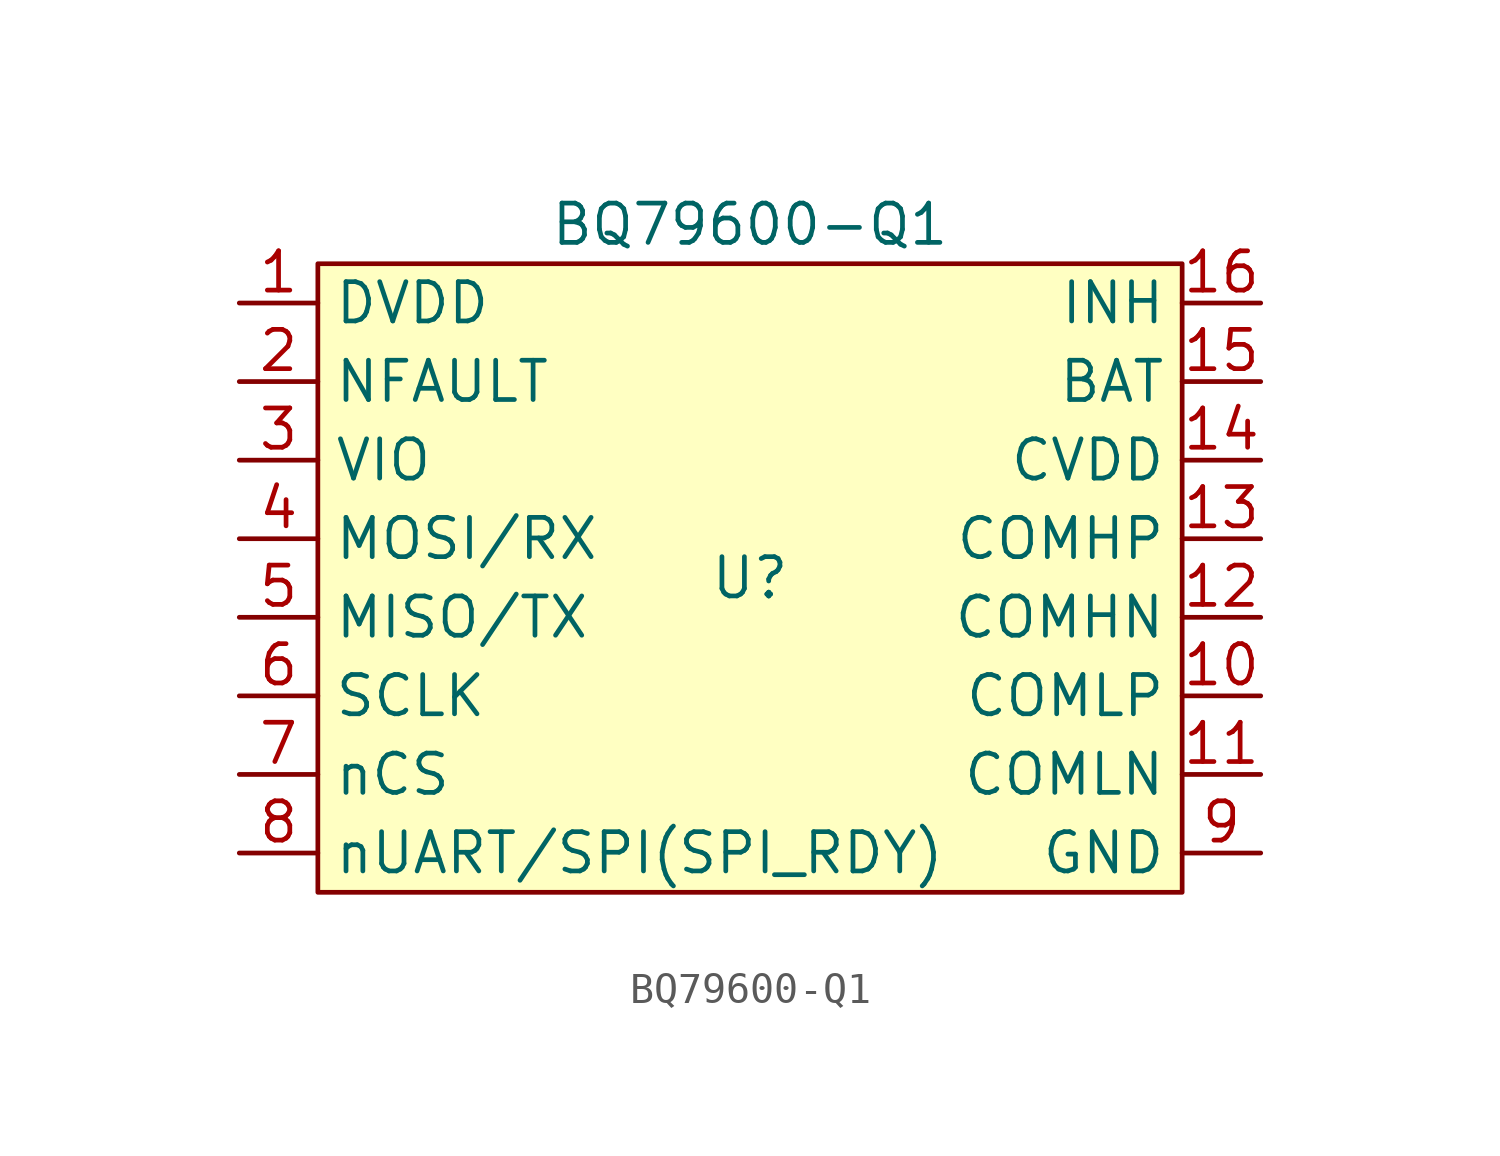
<source format=kicad_sym>
(kicad_symbol_lib
  (version 20220914)
  (generator kicad_symbol_editor)
  (symbol "BQ79600-Q1"
    (property "Reference" "U"
      (at 0 0 0)
      (effects (font (size 1.27 1.27))))
    (property "Value" "BQ79600-Q1"
      (at 0 11.43 0)
      (effects (font (size 1.27 1.27))))
    (symbol "BQ79600-Q1_1_1"
      (rectangle (start -13.97 10.16) (end 13.97 -10.16) (stroke (width 0) (type default)) (fill (type background)))
      (pin bidirectional line (at -16.51 8.89 0) (length 2.54) (name "DVDD" (effects (font (size 1.27 1.27)))) (number "1" (effects (font (size 1.27 1.27)))))
      (pin bidirectional line (at 16.51 -3.81 180) (length 2.54) (name "COMLP" (effects (font (size 1.27 1.27)))) (number "10" (effects (font (size 1.27 1.27)))))
      (pin bidirectional line (at 16.51 -6.35 180) (length 2.54) (name "COMLN" (effects (font (size 1.27 1.27)))) (number "11" (effects (font (size 1.27 1.27)))))
      (pin bidirectional line (at 16.51 -1.27 180) (length 2.54) (name "COMHN" (effects (font (size 1.27 1.27)))) (number "12" (effects (font (size 1.27 1.27)))))
      (pin bidirectional line (at 16.51 1.27 180) (length 2.54) (name "COMHP" (effects (font (size 1.27 1.27)))) (number "13" (effects (font (size 1.27 1.27)))))
      (pin bidirectional line (at 16.51 3.81 180) (length 2.54) (name "CVDD" (effects (font (size 1.27 1.27)))) (number "14" (effects (font (size 1.27 1.27)))))
      (pin bidirectional line (at 16.51 6.35 180) (length 2.54) (name "BAT" (effects (font (size 1.27 1.27)))) (number "15" (effects (font (size 1.27 1.27)))))
      (pin bidirectional line (at 16.51 8.89 180) (length 2.54) (name "INH" (effects (font (size 1.27 1.27)))) (number "16" (effects (font (size 1.27 1.27)))))
      (pin bidirectional line (at -16.51 6.35 0) (length 2.54) (name "NFAULT" (effects (font (size 1.27 1.27)))) (number "2" (effects (font (size 1.27 1.27)))))
      (pin power_in line (at -16.51 3.81 0) (length 2.54) (name "VIO" (effects (font (size 1.27 1.27)))) (number "3" (effects (font (size 1.27 1.27)))))
      (pin bidirectional line (at -16.51 1.27 0) (length 2.54) (name "MOSI/RX" (effects (font (size 1.27 1.27)))) (number "4" (effects (font (size 1.27 1.27)))))
      (pin bidirectional line (at -16.51 -1.27 0) (length 2.54) (name "MISO/TX" (effects (font (size 1.27 1.27)))) (number "5" (effects (font (size 1.27 1.27)))))
      (pin bidirectional line (at -16.51 -3.81 0) (length 2.54) (name "SCLK" (effects (font (size 1.27 1.27)))) (number "6" (effects (font (size 1.27 1.27)))))
      (pin bidirectional line (at -16.51 -6.35 0) (length 2.54) (name "nCS" (effects (font (size 1.27 1.27)))) (number "7" (effects (font (size 1.27 1.27)))))
      (pin bidirectional line (at -16.51 -8.89 0) (length 2.54) (name "nUART/SPI(SPI_RDY)" (effects (font (size 1.27 1.27)))) (number "8" (effects (font (size 1.27 1.27)))))
      (pin power_in line (at 16.51 -8.89 180) (length 2.54) (name "GND" (effects (font (size 1.27 1.27)))) (number "9" (effects (font (size 1.27 1.27))))))))
</source>
